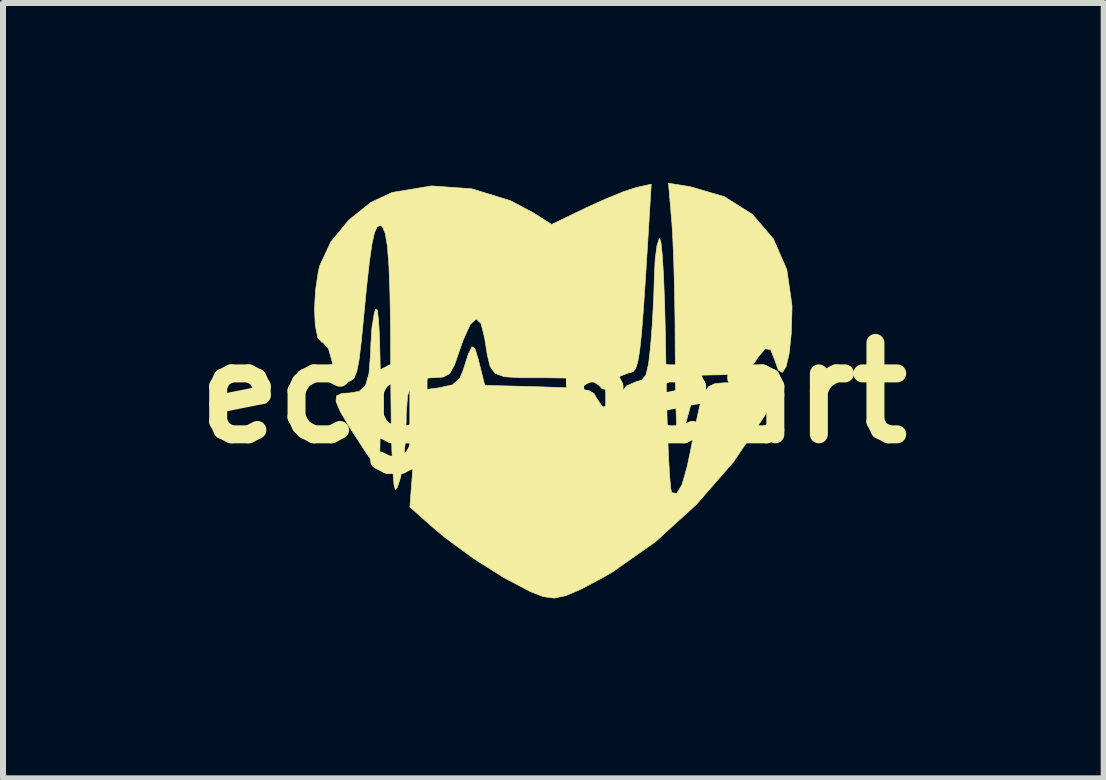
<source format=kicad_pcb>
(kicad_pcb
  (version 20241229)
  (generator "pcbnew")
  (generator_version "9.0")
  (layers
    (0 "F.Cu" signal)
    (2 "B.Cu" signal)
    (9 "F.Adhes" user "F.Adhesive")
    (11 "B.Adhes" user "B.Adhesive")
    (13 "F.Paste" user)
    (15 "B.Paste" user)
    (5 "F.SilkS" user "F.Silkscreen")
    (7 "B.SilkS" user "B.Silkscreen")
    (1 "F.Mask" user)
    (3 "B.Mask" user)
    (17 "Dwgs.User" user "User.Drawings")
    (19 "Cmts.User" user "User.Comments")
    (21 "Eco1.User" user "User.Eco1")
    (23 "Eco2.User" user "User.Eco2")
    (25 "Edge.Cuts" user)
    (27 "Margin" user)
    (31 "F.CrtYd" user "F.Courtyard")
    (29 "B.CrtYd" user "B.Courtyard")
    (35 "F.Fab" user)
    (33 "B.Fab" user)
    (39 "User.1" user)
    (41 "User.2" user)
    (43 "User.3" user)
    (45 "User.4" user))
  (footprint "ecg-heart"
    (layer "F.Cu")
    (at 6.176 3.502)
    (property "Reference" "ecg-heart" (at 0 0 0) (layer "F.SilkS") (effects (font (size 1.524 1.524) (thickness 0.3))))
    (attr through_hole)
    (fp_poly (pts (xy -2.936 -1.383) (xy -2.914 -1.212) (xy -2.897 -0.897) (xy -2.887 -0.45) (xy -2.885 -0.148) (xy -2.884 0.32) (xy -2.888 0.724) (xy -2.894 1.034) (xy -2.902 1.224) (xy -2.909 1.27) (xy -2.97 1.206) (xy -3.088 1.045) (xy -3.15 0.953) (xy -3.398 0.571) (xy -3.554 0.308) (xy -3.624 0.14) (xy -3.614 0.047) (xy -3.529 0.008) (xy -3.397 0) (xy -3.235 -0.027) (xy -3.131 -0.126) (xy -3.073 -0.328) (xy -3.047 -0.659) (xy -3.043 -0.804) (xy -3.025 -1.089) (xy -2.986 -1.325) (xy -2.963 -1.397) (xy -2.936 -1.383)) (stroke (width 0.01) (type solid)) (fill yes) (layer "F.SilkS"))
    (fp_poly (pts (xy 2.28 -3.44) (xy 2.853 -3.272) (xy 3.319 -2.978) (xy 3.669 -2.569) (xy 3.893 -2.057) (xy 3.979 -1.457) (xy 3.979 -1.397) (xy 3.966 -0.984) (xy 3.932 -0.659) (xy 3.88 -0.439) (xy 3.818 -0.342) (xy 3.751 -0.382) (xy 3.691 -0.55) (xy 3.622 -0.723) (xy 3.532 -0.737) (xy 3.407 -0.59) (xy 3.374 -0.537) (xy 3.262 -0.396) (xy 3.111 -0.327) (xy 2.86 -0.305) (xy 2.825 -0.304) (xy 2.413 -0.296) (xy 2.283 0.229) (xy 2.206 0.511) (xy 2.136 0.724) (xy 2.092 0.815) (xy 2.073 0.754) (xy 2.056 0.55) (xy 2.043 0.227) (xy 2.035 -0.19) (xy 2.032 -0.65) (xy 2.029 -1.2) (xy 2.02 -1.744) (xy 2.006 -2.238) (xy 1.989 -2.639) (xy 1.976 -2.837) (xy 1.92 -3.497) (xy 2.28 -3.44)) (stroke (width 0.01) (type solid)) (fill yes) (layer "F.SilkS"))
    (fp_poly (pts (xy 1.794 -2.511) (xy 1.817 -2.292) (xy 1.838 -1.937) (xy 1.856 -1.464) (xy 1.87 -0.89) (xy 1.876 -0.515) (xy 1.887 0.067) (xy 1.901 0.593) (xy 1.919 1.039) (xy 1.938 1.382) (xy 1.958 1.598) (xy 1.973 1.663) (xy 2.059 1.674) (xy 2.145 1.53) (xy 2.232 1.224) (xy 2.283 0.983) (xy 2.372 0.525) (xy 2.442 0.209) (xy 2.51 0.007) (xy 2.589 -0.106) (xy 2.695 -0.156) (xy 2.841 -0.169) (xy 2.936 -0.169) (xy 3.241 -0.199) (xy 3.416 -0.296) (xy 3.433 -0.317) (xy 3.516 -0.405) (xy 3.58 -0.366) (xy 3.644 -0.237) (xy 3.694 -0.086) (xy 3.679 0.061) (xy 3.587 0.263) (xy 3.512 0.397) (xy 3.004 1.148) (xy 2.387 1.857) (xy 1.7 2.483) (xy 0.981 2.988) (xy 0.826 3.077) (xy 0.466 3.269) (xy 0.21 3.38) (xy 0.013 3.42) (xy -0.166 3.396) (xy -0.369 3.318) (xy -0.381 3.313) (xy -0.836 3.073) (xy -1.334 2.757) (xy -1.803 2.413) (xy -2.021 2.231) (xy -2.392 1.901) (xy -2.244 -0.042) (xy -1.912 -0.085) (xy -1.682 -0.135) (xy -1.561 -0.239) (xy -1.503 -0.381) (xy -1.416 -0.653) (xy -1.356 -0.771) (xy -1.308 -0.74) (xy -1.255 -0.571) (xy -1.239 -0.508) (xy -1.143 -0.127) (xy -0.238 -0.103) (xy 0.167 -0.089) (xy 0.434 -0.07) (xy 0.594 -0.039) (xy 0.679 0.01) (xy 0.719 0.084) (xy 0.721 0.087) (xy 0.818 0.232) (xy 0.947 0.224) (xy 1.073 0.068) (xy 1.082 0.049) (xy 1.222 -0.117) (xy 1.371 -0.184) (xy 1.479 -0.217) (xy 1.545 -0.304) (xy 1.588 -0.485) (xy 1.62 -0.762) (xy 1.65 -1.154) (xy 1.674 -1.602) (xy 1.683 -1.921) (xy 1.698 -2.226) (xy 1.728 -2.46) (xy 1.767 -2.575) (xy 1.77 -2.578) (xy 1.794 -2.511)) (stroke (width 0.01) (type solid)) (fill yes) (layer "F.SilkS"))
    (fp_poly (pts (xy 1.577 -2.566) (xy 1.535 -1.894) (xy 1.5 -1.372) (xy 1.469 -0.982) (xy 1.439 -0.704) (xy 1.408 -0.519) (xy 1.373 -0.41) (xy 1.332 -0.356) (xy 1.281 -0.339) (xy 1.264 -0.339) (xy 1.099 -0.274) (xy 0.99 -0.167) (xy 0.89 -0.053) (xy 0.808 -0.076) (xy 0.764 -0.125) (xy 0.669 -0.189) (xy 0.491 -0.229) (xy 0.202 -0.249) (xy -0.174 -0.254) (xy -0.564 -0.254) (xy -0.818 -0.271) (xy -0.97 -0.326) (xy -1.054 -0.442) (xy -1.103 -0.644) (xy -1.145 -0.914) (xy -1.206 -1.159) (xy -1.286 -1.235) (xy -1.385 -1.144) (xy -1.503 -0.884) (xy -1.555 -0.736) (xy -1.648 -0.468) (xy -1.728 -0.324) (xy -1.833 -0.266) (xy -2 -0.254) (xy -2.032 -0.254) (xy -2.237 -0.231) (xy -2.364 -0.143) (xy -2.43 0.043) (xy -2.453 0.357) (xy -2.454 0.475) (xy -2.468 0.819) (xy -2.501 1.144) (xy -2.548 1.41) (xy -2.601 1.575) (xy -2.636 1.609) (xy -2.657 1.528) (xy -2.676 1.302) (xy -2.692 0.955) (xy -2.703 0.51) (xy -2.709 -0.007) (xy -2.71 -0.275) (xy -2.714 -1.039) (xy -2.724 -1.647) (xy -2.741 -2.112) (xy -2.767 -2.445) (xy -2.803 -2.661) (xy -2.849 -2.772) (xy -2.888 -2.794) (xy -2.939 -2.767) (xy -2.983 -2.671) (xy -3.024 -2.486) (xy -3.067 -2.19) (xy -3.114 -1.764) (xy -3.158 -1.312) (xy -3.202 -0.862) (xy -3.239 -0.553) (xy -3.277 -0.359) (xy -3.322 -0.25) (xy -3.381 -0.201) (xy -3.443 -0.186) (xy -3.565 -0.196) (xy -3.636 -0.297) (xy -3.682 -0.503) (xy -3.75 -0.741) (xy -3.844 -0.845) (xy -3.86 -0.847) (xy -3.928 -0.923) (xy -3.969 -1.123) (xy -3.982 -1.402) (xy -3.965 -1.718) (xy -3.918 -2.025) (xy -3.893 -2.127) (xy -3.711 -2.517) (xy -3.409 -2.885) (xy -3.038 -3.18) (xy -2.688 -3.343) (xy -2.032 -3.452) (xy -1.363 -3.405) (xy -0.718 -3.207) (xy -0.34 -3.007) (xy -0.029 -2.81) (xy 0.557 -3.092) (xy 0.877 -3.237) (xy 1.17 -3.356) (xy 1.376 -3.424) (xy 1.388 -3.427) (xy 1.632 -3.481) (xy 1.577 -2.566)) (stroke (width 0.01) (type solid)) (fill yes) (layer "F.SilkS")))
  (gr_rect
    (start -3 -3)
    (end 15.352 9.927)
    (stroke (width 0.1) (type default))
    (fill no)
    (layer "Edge.Cuts")))
</source>
